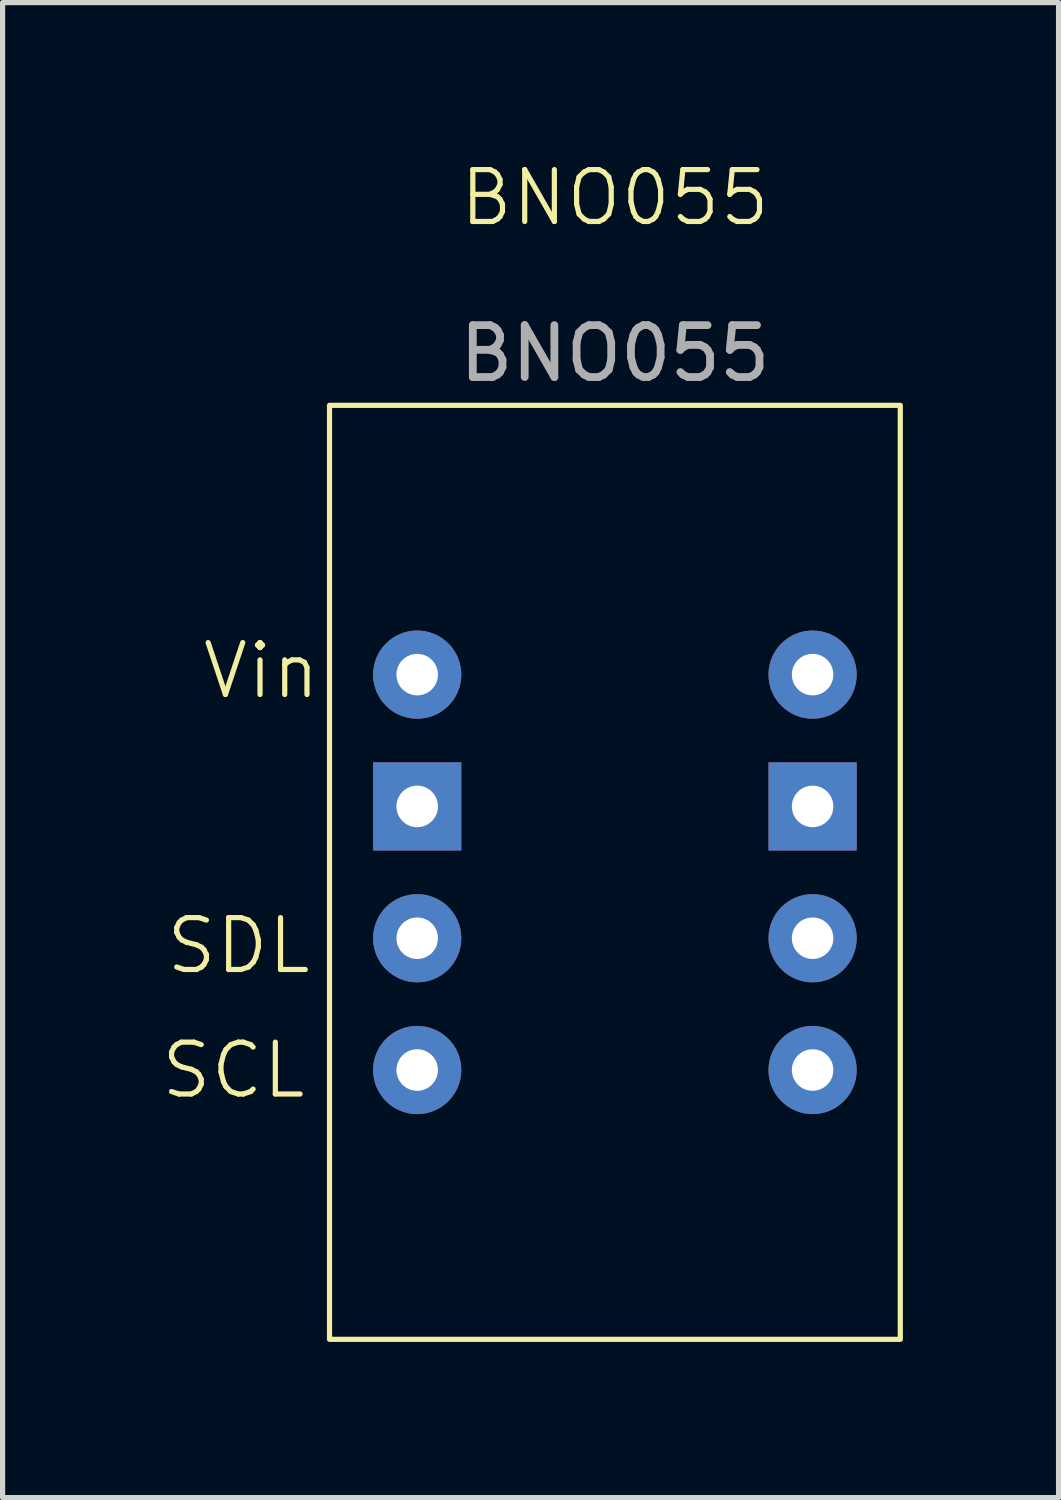
<source format=kicad_pcb>
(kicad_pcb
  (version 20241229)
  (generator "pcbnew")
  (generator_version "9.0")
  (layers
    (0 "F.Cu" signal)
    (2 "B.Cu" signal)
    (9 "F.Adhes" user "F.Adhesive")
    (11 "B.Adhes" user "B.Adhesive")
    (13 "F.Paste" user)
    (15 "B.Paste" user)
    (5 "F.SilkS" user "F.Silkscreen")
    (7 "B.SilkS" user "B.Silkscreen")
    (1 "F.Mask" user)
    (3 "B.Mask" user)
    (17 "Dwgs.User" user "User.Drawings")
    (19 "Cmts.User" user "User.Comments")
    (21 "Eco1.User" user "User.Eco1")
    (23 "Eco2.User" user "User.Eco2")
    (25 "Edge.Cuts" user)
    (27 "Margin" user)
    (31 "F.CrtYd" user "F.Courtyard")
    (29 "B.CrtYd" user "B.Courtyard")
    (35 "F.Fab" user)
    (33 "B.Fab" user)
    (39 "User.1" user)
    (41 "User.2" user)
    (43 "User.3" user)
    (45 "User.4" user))
  (footprint "BNO055"
    (layer "F.Cu")
    (at 8.8 13.761)
    (property "Reference" "BNO055" (at 0 -13 0) (unlocked yes) (layer "F.SilkS") (effects (font (size 1 1) (thickness 0.1))))
    (attr smd)
    (fp_rect (start -5.5 -9) (end 5.5 9) (stroke (width 0.1) (type default)) (fill no) (layer "F.SilkS"))
    (fp_text user "Vin" (at -8 -3.3 0) (unlocked yes) (layer "F.SilkS") (effects (font (size 1 1) (thickness 0.1)) (justify left bottom)))
    (fp_text user "SCL" (at -8.8 4.4 0) (unlocked yes) (layer "F.SilkS") (effects (font (size 1 1) (thickness 0.1)) (justify left bottom)))
    (fp_text user "SDL" (at -8.7 2 0) (unlocked yes) (layer "F.SilkS") (effects (font (size 1 1) (thickness 0.1)) (justify left bottom)))
    (fp_text user "${REFERENCE}" (at 0 -10 0) (unlocked yes) (layer "F.Fab") (effects (font (size 1 1) (thickness 0.15))))
    (pad "1" thru_hole circle (at -3.81 -3.81 270) (size 1.7 1.7) (drill 0.8) (layers "*.Cu" "*.Mask"))
    (pad "2" thru_hole rect (at -3.81 -1.27 270) (size 1.7 1.7) (drill 0.8) (layers "*.Cu" "*.Mask"))
    (pad "3" thru_hole circle (at -3.81 1.27 270) (size 1.7 1.7) (drill 0.8) (layers "*.Cu" "*.Mask"))
    (pad "4" thru_hole circle (at -3.81 3.81 270) (size 1.7 1.7) (drill 0.8) (layers "*.Cu" "*.Mask"))
    (pad "5" thru_hole circle (at 3.81 3.81 90) (size 1.7 1.7) (drill 0.8) (layers "*.Cu" "*.Mask"))
    (pad "6" thru_hole circle (at 3.81 1.27 90) (size 1.7 1.7) (drill 0.8) (layers "*.Cu" "*.Mask"))
    (pad "7" thru_hole rect (at 3.81 -1.27 90) (size 1.7 1.7) (drill 0.8) (layers "*.Cu" "*.Mask"))
    (pad "8" thru_hole circle (at 3.81 -3.81 90) (size 1.7 1.7) (drill 0.8) (layers "*.Cu" "*.Mask")))
  (gr_rect
    (start -3 -3)
    (end 17.35 25.811)
    (stroke (width 0.1) (type default))
    (fill no)
    (layer "Edge.Cuts")))
</source>
